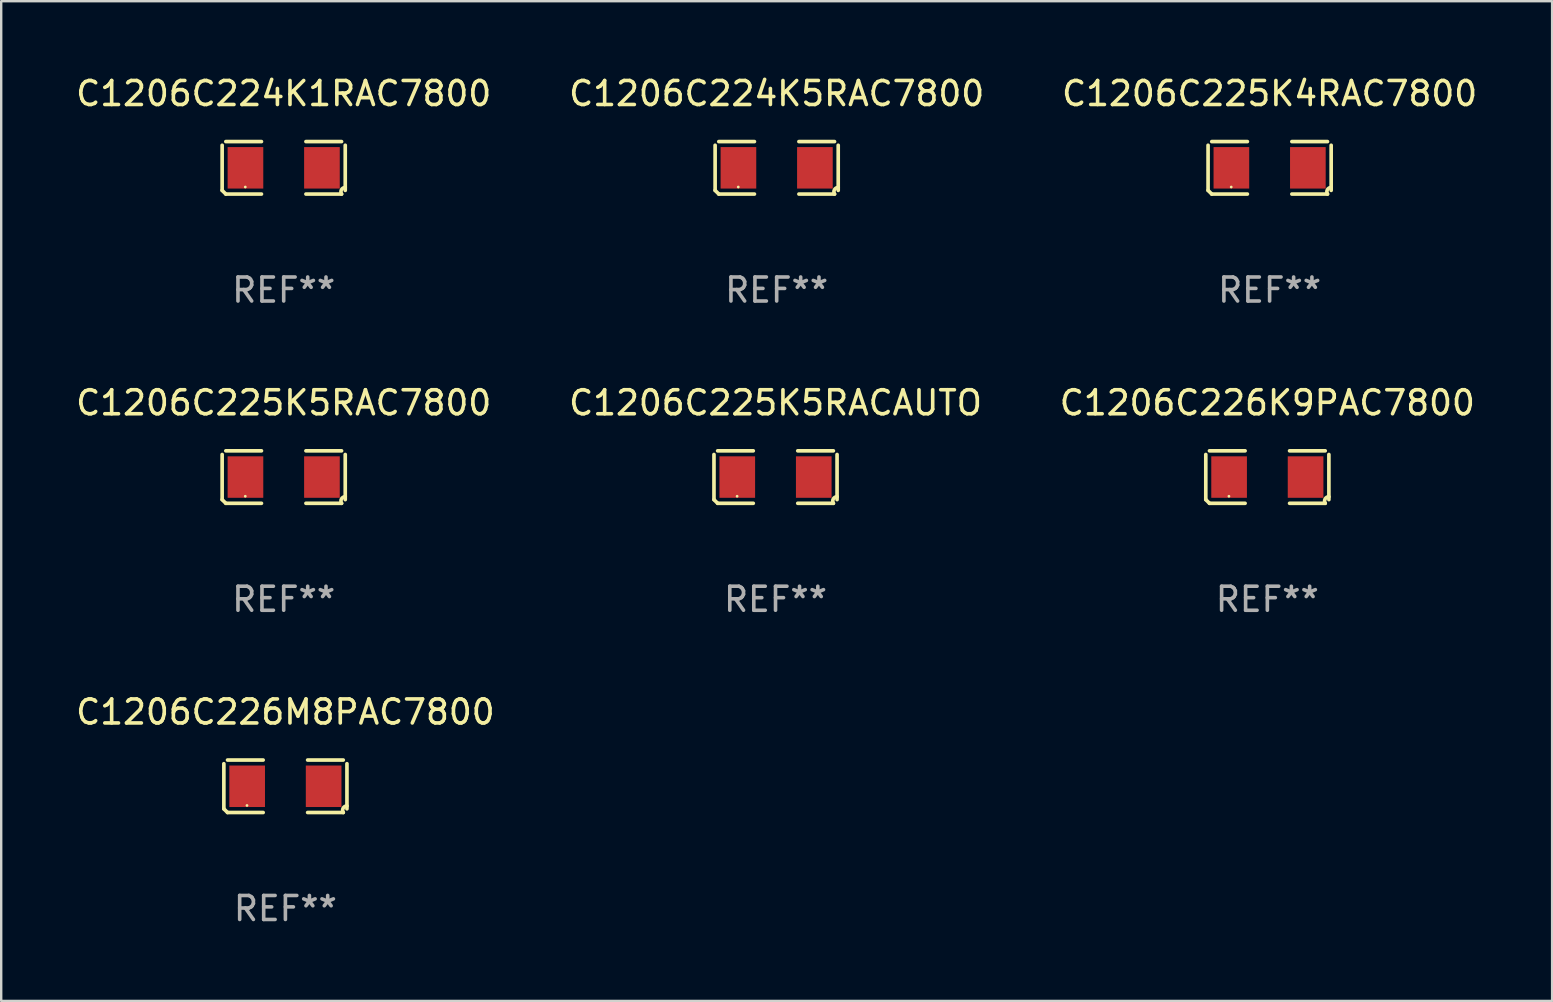
<source format=kicad_pcb>
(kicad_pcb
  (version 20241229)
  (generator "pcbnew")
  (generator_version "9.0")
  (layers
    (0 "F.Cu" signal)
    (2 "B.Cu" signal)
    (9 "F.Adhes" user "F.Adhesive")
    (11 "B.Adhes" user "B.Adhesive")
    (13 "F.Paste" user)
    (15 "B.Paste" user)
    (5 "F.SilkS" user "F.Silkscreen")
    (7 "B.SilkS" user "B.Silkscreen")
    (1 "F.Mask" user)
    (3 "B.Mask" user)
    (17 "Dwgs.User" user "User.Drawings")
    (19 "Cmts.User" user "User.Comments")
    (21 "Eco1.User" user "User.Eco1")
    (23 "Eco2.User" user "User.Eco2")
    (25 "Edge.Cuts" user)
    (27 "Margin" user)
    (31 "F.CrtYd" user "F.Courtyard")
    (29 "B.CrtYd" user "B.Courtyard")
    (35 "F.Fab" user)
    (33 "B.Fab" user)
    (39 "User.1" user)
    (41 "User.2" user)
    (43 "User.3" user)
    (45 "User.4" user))
  (footprint "C1206C224K1RAC7800"
    (layer "F.Cu")
    (at 8.768 3.941)
    (property "Reference" "C1206C224K1RAC7800" (at 0 -3.093 0) (layer "F.SilkS") (effects (font (size 1 1) (thickness 0.15))))
    (attr through_hole)
    (fp_line (start -2.564 0.94) (end -2.564 -0.94) (stroke (width 0.152) (type solid)) (layer "F.SilkS"))
    (fp_line (start -2.411 -1.093) (end -0.926 -1.093) (stroke (width 0.152) (type solid)) (layer "F.SilkS"))
    (fp_line (start -0.926 1.093) (end -2.411 1.093) (stroke (width 0.152) (type solid)) (layer "F.SilkS"))
    (fp_line (start 0.926 1.093) (end 2.411 1.093) (stroke (width 0.152) (type solid)) (layer "F.SilkS"))
    (fp_line (start 2.411 -1.093) (end 0.926 -1.093) (stroke (width 0.152) (type solid)) (layer "F.SilkS"))
    (fp_line (start 2.564 0.94) (end 2.564 -0.94) (stroke (width 0.152) (type solid)) (layer "F.SilkS"))
    (fp_arc (start -2.411201 1.092609) (mid -2.487413 1.01642) (end -2.563602 0.940208) (stroke (width 0.1524) (type solid)) (layer "F.SilkS"))
    (fp_arc (start 2.411201 1.092609) (mid 2.407159 0.911226) (end 2.563602 0.819347) (stroke (width 0.1524) (type solid)) (layer "F.SilkS"))
    (fp_circle (center -1.6 0.8) (end -1.57 0.8) (stroke (width 0.06) (type solid)) (fill no) (layer "F.SilkS"))
    (fp_text user "REF**" (at 0 5.093 0) (layer "F.Fab") (effects (font (size 1 1) (thickness 0.15))))
    (pad "1" smd rect (at -1.593 0) (size 1.485 1.728) (layers "F.Cu" "F.Mask" "F.Paste"))
    (pad "2" smd rect (at 1.593 0) (size 1.485 1.728) (layers "F.Cu" "F.Mask" "F.Paste")))
  (footprint "C1206C225K5RACAUTO"
    (layer "F.Cu")
    (at 29.256 16.823)
    (property "Reference" "C1206C225K5RACAUTO" (at 0 -3.093 0) (layer "F.SilkS") (effects (font (size 1 1) (thickness 0.15))))
    (attr through_hole)
    (fp_line (start -2.564 0.94) (end -2.564 -0.94) (stroke (width 0.152) (type solid)) (layer "F.SilkS"))
    (fp_line (start -2.411 -1.093) (end -0.926 -1.093) (stroke (width 0.152) (type solid)) (layer "F.SilkS"))
    (fp_line (start -0.926 1.093) (end -2.411 1.093) (stroke (width 0.152) (type solid)) (layer "F.SilkS"))
    (fp_line (start 0.926 1.093) (end 2.411 1.093) (stroke (width 0.152) (type solid)) (layer "F.SilkS"))
    (fp_line (start 2.411 -1.093) (end 0.926 -1.093) (stroke (width 0.152) (type solid)) (layer "F.SilkS"))
    (fp_line (start 2.564 0.94) (end 2.564 -0.94) (stroke (width 0.152) (type solid)) (layer "F.SilkS"))
    (fp_arc (start -2.411201 1.092609) (mid -2.487413 1.01642) (end -2.563602 0.940208) (stroke (width 0.1524) (type solid)) (layer "F.SilkS"))
    (fp_arc (start 2.411201 1.092609) (mid 2.407159 0.911226) (end 2.563602 0.819347) (stroke (width 0.1524) (type solid)) (layer "F.SilkS"))
    (fp_circle (center -1.6 0.8) (end -1.57 0.8) (stroke (width 0.06) (type solid)) (fill no) (layer "F.SilkS"))
    (fp_text user "REF**" (at 0 5.093 0) (layer "F.Fab") (effects (font (size 1 1) (thickness 0.15))))
    (pad "1" smd rect (at -1.593 0) (size 1.485 1.728) (layers "F.Cu" "F.Mask" "F.Paste"))
    (pad "2" smd rect (at 1.593 0) (size 1.485 1.728) (layers "F.Cu" "F.Mask" "F.Paste")))
  (footprint "C1206C225K5RAC7800"
    (layer "F.Cu")
    (at 8.768 16.823)
    (property "Reference" "C1206C225K5RAC7800" (at 0 -3.093 0) (layer "F.SilkS") (effects (font (size 1 1) (thickness 0.15))))
    (attr through_hole)
    (fp_line (start -2.564 0.94) (end -2.564 -0.94) (stroke (width 0.152) (type solid)) (layer "F.SilkS"))
    (fp_line (start -2.411 -1.093) (end -0.926 -1.093) (stroke (width 0.152) (type solid)) (layer "F.SilkS"))
    (fp_line (start -0.926 1.093) (end -2.411 1.093) (stroke (width 0.152) (type solid)) (layer "F.SilkS"))
    (fp_line (start 0.926 1.093) (end 2.411 1.093) (stroke (width 0.152) (type solid)) (layer "F.SilkS"))
    (fp_line (start 2.411 -1.093) (end 0.926 -1.093) (stroke (width 0.152) (type solid)) (layer "F.SilkS"))
    (fp_line (start 2.564 0.94) (end 2.564 -0.94) (stroke (width 0.152) (type solid)) (layer "F.SilkS"))
    (fp_arc (start -2.411201 1.092609) (mid -2.487413 1.01642) (end -2.563602 0.940208) (stroke (width 0.1524) (type solid)) (layer "F.SilkS"))
    (fp_arc (start 2.411201 1.092609) (mid 2.407159 0.911226) (end 2.563602 0.819347) (stroke (width 0.1524) (type solid)) (layer "F.SilkS"))
    (fp_circle (center -1.6 0.8) (end -1.57 0.8) (stroke (width 0.06) (type solid)) (fill no) (layer "F.SilkS"))
    (fp_text user "REF**" (at 0 5.093 0) (layer "F.Fab") (effects (font (size 1 1) (thickness 0.15))))
    (pad "1" smd rect (at -1.593 0) (size 1.485 1.728) (layers "F.Cu" "F.Mask" "F.Paste"))
    (pad "2" smd rect (at 1.593 0) (size 1.485 1.728) (layers "F.Cu" "F.Mask" "F.Paste")))
  (footprint "C1206C226K9PAC7800"
    (layer "F.Cu")
    (at 49.744 16.823)
    (property "Reference" "C1206C226K9PAC7800" (at 0 -3.093 0) (layer "F.SilkS") (effects (font (size 1 1) (thickness 0.15))))
    (attr through_hole)
    (fp_line (start -2.564 0.94) (end -2.564 -0.94) (stroke (width 0.152) (type solid)) (layer "F.SilkS"))
    (fp_line (start -2.411 -1.093) (end -0.926 -1.093) (stroke (width 0.152) (type solid)) (layer "F.SilkS"))
    (fp_line (start -0.926 1.093) (end -2.411 1.093) (stroke (width 0.152) (type solid)) (layer "F.SilkS"))
    (fp_line (start 0.926 1.093) (end 2.411 1.093) (stroke (width 0.152) (type solid)) (layer "F.SilkS"))
    (fp_line (start 2.411 -1.093) (end 0.926 -1.093) (stroke (width 0.152) (type solid)) (layer "F.SilkS"))
    (fp_line (start 2.564 0.94) (end 2.564 -0.94) (stroke (width 0.152) (type solid)) (layer "F.SilkS"))
    (fp_arc (start -2.411201 1.092609) (mid -2.487413 1.01642) (end -2.563602 0.940208) (stroke (width 0.1524) (type solid)) (layer "F.SilkS"))
    (fp_arc (start 2.411201 1.092609) (mid 2.407159 0.911226) (end 2.563602 0.819347) (stroke (width 0.1524) (type solid)) (layer "F.SilkS"))
    (fp_circle (center -1.6 0.8) (end -1.57 0.8) (stroke (width 0.06) (type solid)) (fill no) (layer "F.SilkS"))
    (fp_text user "REF**" (at 0 5.093 0) (layer "F.Fab") (effects (font (size 1 1) (thickness 0.15))))
    (pad "1" smd rect (at -1.593 0) (size 1.485 1.728) (layers "F.Cu" "F.Mask" "F.Paste"))
    (pad "2" smd rect (at 1.593 0) (size 1.485 1.728) (layers "F.Cu" "F.Mask" "F.Paste")))
  (footprint "C1206C225K4RAC7800"
    (layer "F.Cu")
    (at 49.839 3.941)
    (property "Reference" "C1206C225K4RAC7800" (at 0 -3.093 0) (layer "F.SilkS") (effects (font (size 1 1) (thickness 0.15))))
    (attr through_hole)
    (fp_line (start -2.564 0.94) (end -2.564 -0.94) (stroke (width 0.152) (type solid)) (layer "F.SilkS"))
    (fp_line (start -2.411 -1.093) (end -0.926 -1.093) (stroke (width 0.152) (type solid)) (layer "F.SilkS"))
    (fp_line (start -0.926 1.093) (end -2.411 1.093) (stroke (width 0.152) (type solid)) (layer "F.SilkS"))
    (fp_line (start 0.926 1.093) (end 2.411 1.093) (stroke (width 0.152) (type solid)) (layer "F.SilkS"))
    (fp_line (start 2.411 -1.093) (end 0.926 -1.093) (stroke (width 0.152) (type solid)) (layer "F.SilkS"))
    (fp_line (start 2.564 0.94) (end 2.564 -0.94) (stroke (width 0.152) (type solid)) (layer "F.SilkS"))
    (fp_arc (start -2.411201 1.092609) (mid -2.487413 1.01642) (end -2.563602 0.940208) (stroke (width 0.1524) (type solid)) (layer "F.SilkS"))
    (fp_arc (start 2.411201 1.092609) (mid 2.407159 0.911226) (end 2.563602 0.819347) (stroke (width 0.1524) (type solid)) (layer "F.SilkS"))
    (fp_circle (center -1.6 0.8) (end -1.57 0.8) (stroke (width 0.06) (type solid)) (fill no) (layer "F.SilkS"))
    (fp_text user "REF**" (at 0 5.093 0) (layer "F.Fab") (effects (font (size 1 1) (thickness 0.15))))
    (pad "1" smd rect (at -1.593 0) (size 1.485 1.728) (layers "F.Cu" "F.Mask" "F.Paste"))
    (pad "2" smd rect (at 1.593 0) (size 1.485 1.728) (layers "F.Cu" "F.Mask" "F.Paste")))
  (footprint "C1206C226M8PAC7800"
    (layer "F.Cu")
    (at 8.839 29.704)
    (property "Reference" "C1206C226M8PAC7800" (at 0 -3.093 0) (layer "F.SilkS") (effects (font (size 1 1) (thickness 0.15))))
    (attr through_hole)
    (fp_line (start -2.564 0.94) (end -2.564 -0.94) (stroke (width 0.152) (type solid)) (layer "F.SilkS"))
    (fp_line (start -2.411 -1.093) (end -0.926 -1.093) (stroke (width 0.152) (type solid)) (layer "F.SilkS"))
    (fp_line (start -0.926 1.093) (end -2.411 1.093) (stroke (width 0.152) (type solid)) (layer "F.SilkS"))
    (fp_line (start 0.926 1.093) (end 2.411 1.093) (stroke (width 0.152) (type solid)) (layer "F.SilkS"))
    (fp_line (start 2.411 -1.093) (end 0.926 -1.093) (stroke (width 0.152) (type solid)) (layer "F.SilkS"))
    (fp_line (start 2.564 0.94) (end 2.564 -0.94) (stroke (width 0.152) (type solid)) (layer "F.SilkS"))
    (fp_arc (start -2.411201 1.092609) (mid -2.487413 1.01642) (end -2.563602 0.940208) (stroke (width 0.1524) (type solid)) (layer "F.SilkS"))
    (fp_arc (start 2.411201 1.092609) (mid 2.407159 0.911226) (end 2.563602 0.819347) (stroke (width 0.1524) (type solid)) (layer "F.SilkS"))
    (fp_circle (center -1.6 0.8) (end -1.57 0.8) (stroke (width 0.06) (type solid)) (fill no) (layer "F.SilkS"))
    (fp_text user "REF**" (at 0 5.093 0) (layer "F.Fab") (effects (font (size 1 1) (thickness 0.15))))
    (pad "1" smd rect (at -1.593 0) (size 1.485 1.728) (layers "F.Cu" "F.Mask" "F.Paste"))
    (pad "2" smd rect (at 1.593 0) (size 1.485 1.728) (layers "F.Cu" "F.Mask" "F.Paste")))
  (footprint "C1206C224K5RAC7800"
    (layer "F.Cu")
    (at 29.304 3.941)
    (property "Reference" "C1206C224K5RAC7800" (at 0 -3.093 0) (layer "F.SilkS") (effects (font (size 1 1) (thickness 0.15))))
    (attr through_hole)
    (fp_line (start -2.564 0.94) (end -2.564 -0.94) (stroke (width 0.152) (type solid)) (layer "F.SilkS"))
    (fp_line (start -2.411 -1.093) (end -0.926 -1.093) (stroke (width 0.152) (type solid)) (layer "F.SilkS"))
    (fp_line (start -0.926 1.093) (end -2.411 1.093) (stroke (width 0.152) (type solid)) (layer "F.SilkS"))
    (fp_line (start 0.926 1.093) (end 2.411 1.093) (stroke (width 0.152) (type solid)) (layer "F.SilkS"))
    (fp_line (start 2.411 -1.093) (end 0.926 -1.093) (stroke (width 0.152) (type solid)) (layer "F.SilkS"))
    (fp_line (start 2.564 0.94) (end 2.564 -0.94) (stroke (width 0.152) (type solid)) (layer "F.SilkS"))
    (fp_arc (start -2.411201 1.092609) (mid -2.487413 1.01642) (end -2.563602 0.940208) (stroke (width 0.1524) (type solid)) (layer "F.SilkS"))
    (fp_arc (start 2.411201 1.092609) (mid 2.407159 0.911226) (end 2.563602 0.819347) (stroke (width 0.1524) (type solid)) (layer "F.SilkS"))
    (fp_circle (center -1.6 0.8) (end -1.57 0.8) (stroke (width 0.06) (type solid)) (fill no) (layer "F.SilkS"))
    (fp_text user "REF**" (at 0 5.093 0) (layer "F.Fab") (effects (font (size 1 1) (thickness 0.15))))
    (pad "1" smd rect (at -1.593 0) (size 1.485 1.728) (layers "F.Cu" "F.Mask" "F.Paste"))
    (pad "2" smd rect (at 1.593 0) (size 1.485 1.728) (layers "F.Cu" "F.Mask" "F.Paste")))
  (gr_rect
    (start -3 -3)
    (end 61.607 38.645)
    (stroke (width 0.1) (type default))
    (fill no)
    (layer "Edge.Cuts")))
</source>
